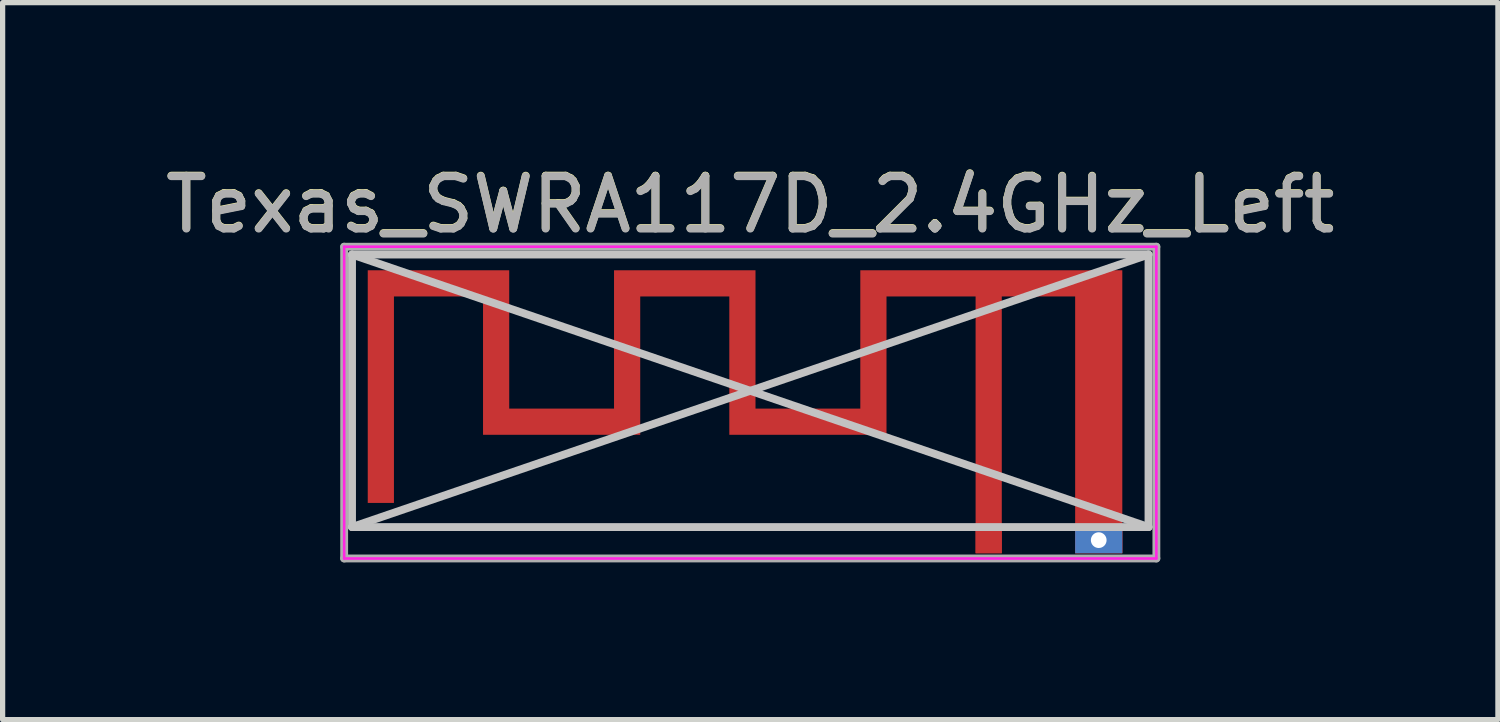
<source format=kicad_pcb>
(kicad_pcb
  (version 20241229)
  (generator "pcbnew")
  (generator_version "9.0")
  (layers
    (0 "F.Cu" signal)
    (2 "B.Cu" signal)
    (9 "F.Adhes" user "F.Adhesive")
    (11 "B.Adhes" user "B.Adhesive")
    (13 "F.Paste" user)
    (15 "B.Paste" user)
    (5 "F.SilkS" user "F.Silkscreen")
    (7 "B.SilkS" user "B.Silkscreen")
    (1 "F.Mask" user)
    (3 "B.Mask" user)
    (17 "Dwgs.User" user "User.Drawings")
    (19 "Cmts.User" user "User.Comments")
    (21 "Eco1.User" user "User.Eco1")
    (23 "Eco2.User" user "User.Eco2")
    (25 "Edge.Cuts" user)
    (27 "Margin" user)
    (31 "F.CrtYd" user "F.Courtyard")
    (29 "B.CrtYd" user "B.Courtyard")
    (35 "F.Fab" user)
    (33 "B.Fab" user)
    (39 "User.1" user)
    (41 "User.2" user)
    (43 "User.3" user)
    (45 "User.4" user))
  (footprint "Texas_SWRA117D_2.4GHz_Left"
    (layer "F.Cu")
    (at 15.818 7.258)
    (property "Reference" "Texas_SWRA117D_2.4GHz_Left" (at -4.55 -6.41 180) (layer "F.SilkS") (effects (font (size 1 1) (thickness 0.15))))
    (attr exclude_from_pos_files)
    (fp_poly (pts (xy -2.45 -2.51) (xy -4.45 -2.51) (xy -4.45 -5.15) (xy -7.15 -5.15) (xy -7.15 -2.51) (xy -9.15 -2.51) (xy -9.15 -5.15) (xy -11.85 -5.15) (xy -11.85 -0.71) (xy -11.35 -0.71) (xy -11.35 -4.65) (xy -9.65 -4.65) (xy -9.65 -2.01) (xy -6.65 -2.01) (xy -6.65 -4.65) (xy -4.95 -4.65) (xy -4.95 -2.01) (xy -1.95 -2.01) (xy -1.95 -4.65) (xy -0.25 -4.65) (xy -0.25 0.25) (xy 0.25 0.25) (xy 0.25 -4.65) (xy 1.65 -4.65) (xy 1.65 0.25) (xy 2.55 0.25) (xy 2.55 0.007) (xy 2.248 0.007) (xy 2.238 0.054) (xy 2.214 0.097) (xy 2.176 0.13) (xy 2.168 0.134) (xy 2.125 0.146) (xy 2.077 0.145) (xy 2.031 0.132) (xy 2.013 0.122) (xy 1.979 0.087) (xy 1.958 0.041) (xy 1.952 -0.008) (xy 1.96 -0.056) (xy 1.977 -0.089) (xy 2.012 -0.121) (xy 2.058 -0.141) (xy 2.107 -0.148) (xy 2.155 -0.14) (xy 2.188 -0.123) (xy 2.223 -0.086) (xy 2.243 -0.042) (xy 2.248 0.007) (xy 2.55 0.007) (xy 2.55 -5.15) (xy -2.45 -5.15) (xy -2.45 -2.51)) (stroke (width 0) (type solid)) (fill yes) (layer "F.Cu"))
    (fp_line (start -12.15 -0.25) (end -12.15 -5.45) (stroke (width 0.15) (type solid)) (layer "Dwgs.User"))
    (fp_line (start 3.05 -5.45) (end -12.15 -5.45) (stroke (width 0.15) (type solid)) (layer "Dwgs.User"))
    (fp_line (start 3.05 -5.45) (end -12.15 -0.25) (stroke (width 0.15) (type solid)) (layer "Dwgs.User"))
    (fp_line (start 3.05 -0.25) (end -12.15 -5.45) (stroke (width 0.15) (type solid)) (layer "Dwgs.User"))
    (fp_line (start 3.05 -0.25) (end -12.15 -0.25) (stroke (width 0.15) (type solid)) (layer "Dwgs.User"))
    (fp_line (start 3.05 -0.25) (end 3.05 -5.45) (stroke (width 0.15) (type solid)) (layer "Dwgs.User"))
    (fp_line (start -12.3 -5.6) (end -12.3 0.35) (stroke (width 0.05) (type solid)) (layer "F.CrtYd"))
    (fp_line (start -12.3 0.35) (end 3.2 0.35) (stroke (width 0.05) (type solid)) (layer "F.CrtYd"))
    (fp_line (start 3.2 -5.6) (end -12.3 -5.6) (stroke (width 0.05) (type solid)) (layer "F.CrtYd"))
    (fp_line (start 3.2 0.35) (end 3.2 -5.6) (stroke (width 0.05) (type solid)) (layer "F.CrtYd"))
    (fp_line (start -12.3 -5.6) (end -12.3 0.35) (stroke (width 0.15) (type solid)) (layer "F.Fab"))
    (fp_line (start -12.3 0.35) (end 3.2 0.35) (stroke (width 0.15) (type solid)) (layer "F.Fab"))
    (fp_line (start 3.2 -5.6) (end -12.3 -5.6) (stroke (width 0.15) (type solid)) (layer "F.Fab"))
    (fp_line (start 3.2 0.35) (end 3.2 -5.6) (stroke (width 0.15) (type solid)) (layer "F.Fab"))
    (fp_text user "${REFERENCE}" (at -4.55 -6.4 180) (layer "F.Fab") (effects (font (size 1 1) (thickness 0.15))))
    (pad "1" connect rect (at 0 0) (size 0.5 0.5) (layers "F.Cu"))
    (pad "2" thru_hole rect (at 2.1 0) (size 0.9 0.5) (drill 0.3) (layers "*.Cu")))
  (gr_rect
    (start -3 -3)
    (end 25.536 10.683)
    (stroke (width 0.1) (type default))
    (fill no)
    (layer "Edge.Cuts")))
</source>
